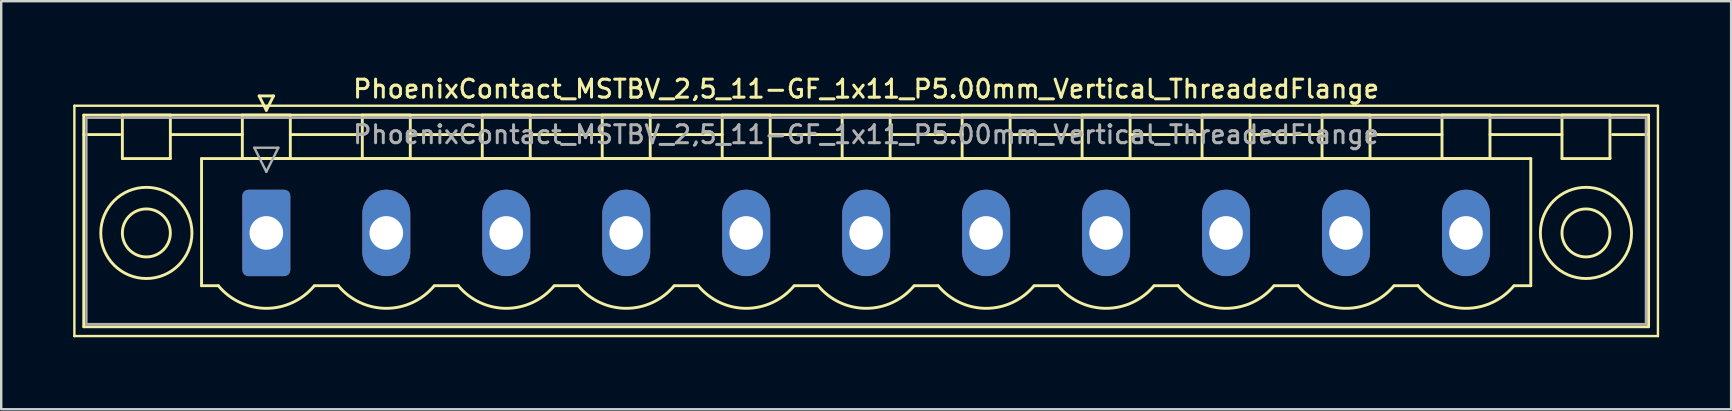
<source format=kicad_pcb>
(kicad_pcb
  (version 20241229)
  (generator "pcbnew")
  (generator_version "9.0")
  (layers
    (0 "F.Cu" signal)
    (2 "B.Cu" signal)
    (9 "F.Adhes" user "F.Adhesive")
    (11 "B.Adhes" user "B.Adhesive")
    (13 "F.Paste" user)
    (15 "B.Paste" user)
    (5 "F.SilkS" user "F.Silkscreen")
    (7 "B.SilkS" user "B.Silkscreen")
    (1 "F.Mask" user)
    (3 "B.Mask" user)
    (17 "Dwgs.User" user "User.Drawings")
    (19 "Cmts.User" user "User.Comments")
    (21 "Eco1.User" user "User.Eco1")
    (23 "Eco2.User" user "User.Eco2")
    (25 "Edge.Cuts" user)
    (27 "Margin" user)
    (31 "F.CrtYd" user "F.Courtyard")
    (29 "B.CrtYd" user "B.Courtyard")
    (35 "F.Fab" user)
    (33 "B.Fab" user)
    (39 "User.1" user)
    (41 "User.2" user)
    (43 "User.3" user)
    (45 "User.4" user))
  (footprint "PhoenixContact_MSTBV_2,5_11-GF_1x11_P5.00mm_Vertical_ThreadedFlange"
    (layer "F.Cu")
    (at 8.05 6.658)
    (property "Reference" "PhoenixContact_MSTBV_2,5_11-GF_1x11_P5.00mm_Vertical_ThreadedFlange" (at 25 -6 0) (layer "F.SilkS") (effects (font (size 0.75 0.75) (thickness 0.125))))
    (attr through_hole)
    (fp_line (start -8 -5.3) (end -8 4.3) (stroke (width 0.1) (type solid)) (layer "F.SilkS"))
    (fp_line (start -8 4.3) (end 58 4.3) (stroke (width 0.1) (type solid)) (layer "F.SilkS"))
    (fp_line (start -7.61 -4.91) (end -7.61 3.91) (stroke (width 0.12) (type solid)) (layer "F.SilkS"))
    (fp_line (start -7.61 -4.1) (end -6.11 -4.1) (stroke (width 0.12) (type solid)) (layer "F.SilkS"))
    (fp_line (start -7.61 3.91) (end 57.61 3.91) (stroke (width 0.12) (type solid)) (layer "F.SilkS"))
    (fp_line (start -6 -4.91) (end -4 -4.91) (stroke (width 0.12) (type solid)) (layer "F.SilkS"))
    (fp_line (start -6 -3.1) (end -6 -4.91) (stroke (width 0.12) (type solid)) (layer "F.SilkS"))
    (fp_line (start -4 -4.91) (end -4 -3.1) (stroke (width 0.12) (type solid)) (layer "F.SilkS"))
    (fp_line (start -4 -4.1) (end -1 -4.1) (stroke (width 0.12) (type solid)) (layer "F.SilkS"))
    (fp_line (start -4 -3.1) (end -6 -3.1) (stroke (width 0.12) (type solid)) (layer "F.SilkS"))
    (fp_line (start -2.7 -3.1) (end 52.7 -3.1) (stroke (width 0.12) (type solid)) (layer "F.SilkS"))
    (fp_line (start -2.7 2.2) (end -2.7 -3.1) (stroke (width 0.12) (type solid)) (layer "F.SilkS"))
    (fp_line (start -2 2.2) (end -2.7 2.2) (stroke (width 0.12) (type solid)) (layer "F.SilkS"))
    (fp_line (start -1 -4.91) (end 1 -4.91) (stroke (width 0.12) (type solid)) (layer "F.SilkS"))
    (fp_line (start -1 -3.1) (end -1 -4.91) (stroke (width 0.12) (type solid)) (layer "F.SilkS"))
    (fp_line (start -0.3 -5.71) (end 0.3 -5.71) (stroke (width 0.12) (type solid)) (layer "F.SilkS"))
    (fp_line (start 0 -5.11) (end -0.3 -5.71) (stroke (width 0.12) (type solid)) (layer "F.SilkS"))
    (fp_line (start 0.3 -5.71) (end 0 -5.11) (stroke (width 0.12) (type solid)) (layer "F.SilkS"))
    (fp_line (start 1 -4.91) (end 1 -3.1) (stroke (width 0.12) (type solid)) (layer "F.SilkS"))
    (fp_line (start 1 -4.1) (end 4 -4.1) (stroke (width 0.12) (type solid)) (layer "F.SilkS"))
    (fp_line (start 1 -3.1) (end -1 -3.1) (stroke (width 0.12) (type solid)) (layer "F.SilkS"))
    (fp_line (start 2 2.2) (end 3 2.2) (stroke (width 0.12) (type solid)) (layer "F.SilkS"))
    (fp_line (start 4 -4.91) (end 6 -4.91) (stroke (width 0.12) (type solid)) (layer "F.SilkS"))
    (fp_line (start 4 -3.1) (end 4 -4.91) (stroke (width 0.12) (type solid)) (layer "F.SilkS"))
    (fp_line (start 6 -4.91) (end 6 -3.1) (stroke (width 0.12) (type solid)) (layer "F.SilkS"))
    (fp_line (start 6 -4.1) (end 9 -4.1) (stroke (width 0.12) (type solid)) (layer "F.SilkS"))
    (fp_line (start 6 -3.1) (end 4 -3.1) (stroke (width 0.12) (type solid)) (layer "F.SilkS"))
    (fp_line (start 7 2.2) (end 8 2.2) (stroke (width 0.12) (type solid)) (layer "F.SilkS"))
    (fp_line (start 9 -4.91) (end 11 -4.91) (stroke (width 0.12) (type solid)) (layer "F.SilkS"))
    (fp_line (start 9 -3.1) (end 9 -4.91) (stroke (width 0.12) (type solid)) (layer "F.SilkS"))
    (fp_line (start 11 -4.91) (end 11 -3.1) (stroke (width 0.12) (type solid)) (layer "F.SilkS"))
    (fp_line (start 11 -4.1) (end 14 -4.1) (stroke (width 0.12) (type solid)) (layer "F.SilkS"))
    (fp_line (start 11 -3.1) (end 9 -3.1) (stroke (width 0.12) (type solid)) (layer "F.SilkS"))
    (fp_line (start 12 2.2) (end 13 2.2) (stroke (width 0.12) (type solid)) (layer "F.SilkS"))
    (fp_line (start 14 -4.91) (end 16 -4.91) (stroke (width 0.12) (type solid)) (layer "F.SilkS"))
    (fp_line (start 14 -3.1) (end 14 -4.91) (stroke (width 0.12) (type solid)) (layer "F.SilkS"))
    (fp_line (start 16 -4.91) (end 16 -3.1) (stroke (width 0.12) (type solid)) (layer "F.SilkS"))
    (fp_line (start 16 -4.1) (end 19 -4.1) (stroke (width 0.12) (type solid)) (layer "F.SilkS"))
    (fp_line (start 16 -3.1) (end 14 -3.1) (stroke (width 0.12) (type solid)) (layer "F.SilkS"))
    (fp_line (start 17 2.2) (end 18 2.2) (stroke (width 0.12) (type solid)) (layer "F.SilkS"))
    (fp_line (start 19 -4.91) (end 21 -4.91) (stroke (width 0.12) (type solid)) (layer "F.SilkS"))
    (fp_line (start 19 -3.1) (end 19 -4.91) (stroke (width 0.12) (type solid)) (layer "F.SilkS"))
    (fp_line (start 21 -4.91) (end 21 -3.1) (stroke (width 0.12) (type solid)) (layer "F.SilkS"))
    (fp_line (start 21 -4.1) (end 24 -4.1) (stroke (width 0.12) (type solid)) (layer "F.SilkS"))
    (fp_line (start 21 -3.1) (end 19 -3.1) (stroke (width 0.12) (type solid)) (layer "F.SilkS"))
    (fp_line (start 22 2.2) (end 23 2.2) (stroke (width 0.12) (type solid)) (layer "F.SilkS"))
    (fp_line (start 24 -4.91) (end 26 -4.91) (stroke (width 0.12) (type solid)) (layer "F.SilkS"))
    (fp_line (start 24 -3.1) (end 24 -4.91) (stroke (width 0.12) (type solid)) (layer "F.SilkS"))
    (fp_line (start 26 -4.91) (end 26 -3.1) (stroke (width 0.12) (type solid)) (layer "F.SilkS"))
    (fp_line (start 26 -4.1) (end 29 -4.1) (stroke (width 0.12) (type solid)) (layer "F.SilkS"))
    (fp_line (start 26 -3.1) (end 24 -3.1) (stroke (width 0.12) (type solid)) (layer "F.SilkS"))
    (fp_line (start 27 2.2) (end 28 2.2) (stroke (width 0.12) (type solid)) (layer "F.SilkS"))
    (fp_line (start 29 -4.91) (end 31 -4.91) (stroke (width 0.12) (type solid)) (layer "F.SilkS"))
    (fp_line (start 29 -3.1) (end 29 -4.91) (stroke (width 0.12) (type solid)) (layer "F.SilkS"))
    (fp_line (start 31 -4.91) (end 31 -3.1) (stroke (width 0.12) (type solid)) (layer "F.SilkS"))
    (fp_line (start 31 -4.1) (end 34 -4.1) (stroke (width 0.12) (type solid)) (layer "F.SilkS"))
    (fp_line (start 31 -3.1) (end 29 -3.1) (stroke (width 0.12) (type solid)) (layer "F.SilkS"))
    (fp_line (start 32 2.2) (end 33 2.2) (stroke (width 0.12) (type solid)) (layer "F.SilkS"))
    (fp_line (start 34 -4.91) (end 36 -4.91) (stroke (width 0.12) (type solid)) (layer "F.SilkS"))
    (fp_line (start 34 -3.1) (end 34 -4.91) (stroke (width 0.12) (type solid)) (layer "F.SilkS"))
    (fp_line (start 36 -4.91) (end 36 -3.1) (stroke (width 0.12) (type solid)) (layer "F.SilkS"))
    (fp_line (start 36 -4.1) (end 39 -4.1) (stroke (width 0.12) (type solid)) (layer "F.SilkS"))
    (fp_line (start 36 -3.1) (end 34 -3.1) (stroke (width 0.12) (type solid)) (layer "F.SilkS"))
    (fp_line (start 37 2.2) (end 38 2.2) (stroke (width 0.12) (type solid)) (layer "F.SilkS"))
    (fp_line (start 39 -4.91) (end 41 -4.91) (stroke (width 0.12) (type solid)) (layer "F.SilkS"))
    (fp_line (start 39 -3.1) (end 39 -4.91) (stroke (width 0.12) (type solid)) (layer "F.SilkS"))
    (fp_line (start 41 -4.91) (end 41 -3.1) (stroke (width 0.12) (type solid)) (layer "F.SilkS"))
    (fp_line (start 41 -4.1) (end 44 -4.1) (stroke (width 0.12) (type solid)) (layer "F.SilkS"))
    (fp_line (start 41 -3.1) (end 39 -3.1) (stroke (width 0.12) (type solid)) (layer "F.SilkS"))
    (fp_line (start 42 2.2) (end 43 2.2) (stroke (width 0.12) (type solid)) (layer "F.SilkS"))
    (fp_line (start 44 -4.91) (end 46 -4.91) (stroke (width 0.12) (type solid)) (layer "F.SilkS"))
    (fp_line (start 44 -3.1) (end 44 -4.91) (stroke (width 0.12) (type solid)) (layer "F.SilkS"))
    (fp_line (start 46 -4.91) (end 46 -3.1) (stroke (width 0.12) (type solid)) (layer "F.SilkS"))
    (fp_line (start 46 -4.1) (end 49 -4.1) (stroke (width 0.12) (type solid)) (layer "F.SilkS"))
    (fp_line (start 46 -3.1) (end 44 -3.1) (stroke (width 0.12) (type solid)) (layer "F.SilkS"))
    (fp_line (start 47 2.2) (end 48 2.2) (stroke (width 0.12) (type solid)) (layer "F.SilkS"))
    (fp_line (start 49 -4.91) (end 51 -4.91) (stroke (width 0.12) (type solid)) (layer "F.SilkS"))
    (fp_line (start 49 -3.1) (end 49 -4.91) (stroke (width 0.12) (type solid)) (layer "F.SilkS"))
    (fp_line (start 51 -4.91) (end 51 -3.1) (stroke (width 0.12) (type solid)) (layer "F.SilkS"))
    (fp_line (start 51 -4.1) (end 54 -4.1) (stroke (width 0.12) (type solid)) (layer "F.SilkS"))
    (fp_line (start 51 -3.1) (end 49 -3.1) (stroke (width 0.12) (type solid)) (layer "F.SilkS"))
    (fp_line (start 52.7 -3.1) (end 52.7 2.2) (stroke (width 0.12) (type solid)) (layer "F.SilkS"))
    (fp_line (start 52.7 2.2) (end 52 2.2) (stroke (width 0.12) (type solid)) (layer "F.SilkS"))
    (fp_line (start 54 -4.91) (end 56 -4.91) (stroke (width 0.12) (type solid)) (layer "F.SilkS"))
    (fp_line (start 54 -3.1) (end 54 -4.91) (stroke (width 0.12) (type solid)) (layer "F.SilkS"))
    (fp_line (start 56 -4.91) (end 56 -3.1) (stroke (width 0.12) (type solid)) (layer "F.SilkS"))
    (fp_line (start 56 -3.1) (end 54 -3.1) (stroke (width 0.12) (type solid)) (layer "F.SilkS"))
    (fp_line (start 57.61 -4.91) (end -7.61 -4.91) (stroke (width 0.12) (type solid)) (layer "F.SilkS"))
    (fp_line (start 57.61 -4.1) (end 56.11 -4.1) (stroke (width 0.12) (type solid)) (layer "F.SilkS"))
    (fp_line (start 57.61 3.91) (end 57.61 -4.91) (stroke (width 0.12) (type solid)) (layer "F.SilkS"))
    (fp_line (start 58 -5.3) (end -8 -5.3) (stroke (width 0.1) (type solid)) (layer "F.SilkS"))
    (fp_line (start 58 4.3) (end 58 -5.3) (stroke (width 0.1) (type solid)) (layer "F.SilkS"))
    (fp_arc (start 1.986842 2.215821) (mid -0.010289 3.142758) (end -2 2.2) (stroke (width 0.12) (type solid)) (layer "F.SilkS"))
    (fp_arc (start 6.986842 2.215821) (mid 4.989711 3.142758) (end 3 2.2) (stroke (width 0.12) (type solid)) (layer "F.SilkS"))
    (fp_arc (start 11.986842 2.215821) (mid 9.989711 3.142758) (end 8 2.2) (stroke (width 0.12) (type solid)) (layer "F.SilkS"))
    (fp_arc (start 16.986842 2.215821) (mid 14.989711 3.142758) (end 13 2.2) (stroke (width 0.12) (type solid)) (layer "F.SilkS"))
    (fp_arc (start 21.986842 2.215821) (mid 19.989711 3.142758) (end 18 2.2) (stroke (width 0.12) (type solid)) (layer "F.SilkS"))
    (fp_arc (start 26.986842 2.215821) (mid 24.989711 3.142758) (end 23 2.2) (stroke (width 0.12) (type solid)) (layer "F.SilkS"))
    (fp_arc (start 31.986842 2.215821) (mid 29.989711 3.142758) (end 28 2.2) (stroke (width 0.12) (type solid)) (layer "F.SilkS"))
    (fp_arc (start 36.986842 2.215821) (mid 34.989711 3.142758) (end 33 2.2) (stroke (width 0.12) (type solid)) (layer "F.SilkS"))
    (fp_arc (start 41.986842 2.215821) (mid 39.989711 3.142758) (end 38 2.2) (stroke (width 0.12) (type solid)) (layer "F.SilkS"))
    (fp_arc (start 46.986842 2.215821) (mid 44.989711 3.142758) (end 43 2.2) (stroke (width 0.12) (type solid)) (layer "F.SilkS"))
    (fp_arc (start 51.986842 2.215821) (mid 49.989711 3.142758) (end 48 2.2) (stroke (width 0.12) (type solid)) (layer "F.SilkS"))
    (fp_circle (center -5 0) (end -4 0) (stroke (width 0.12) (type solid)) (fill no) (layer "F.SilkS"))
    (fp_circle (center -5 0) (end -3.1 0) (stroke (width 0.12) (type solid)) (fill no) (layer "F.SilkS"))
    (fp_circle (center 55 0) (end 56 0) (stroke (width 0.12) (type solid)) (fill no) (layer "F.SilkS"))
    (fp_circle (center 55 0) (end 56.9 0) (stroke (width 0.12) (type solid)) (fill no) (layer "F.SilkS"))
    (fp_line (start -7.5 -4.8) (end -7.5 3.8) (stroke (width 0.1) (type solid)) (layer "F.Fab"))
    (fp_line (start -7.5 3.8) (end 57.5 3.8) (stroke (width 0.1) (type solid)) (layer "F.Fab"))
    (fp_line (start -0.5 -3.55) (end 0.5 -3.55) (stroke (width 0.1) (type solid)) (layer "F.Fab"))
    (fp_line (start 0 -2.55) (end -0.5 -3.55) (stroke (width 0.1) (type solid)) (layer "F.Fab"))
    (fp_line (start 0.5 -3.55) (end 0 -2.55) (stroke (width 0.1) (type solid)) (layer "F.Fab"))
    (fp_line (start 57.5 -4.8) (end -7.5 -4.8) (stroke (width 0.1) (type solid)) (layer "F.Fab"))
    (fp_line (start 57.5 3.8) (end 57.5 -4.8) (stroke (width 0.1) (type solid)) (layer "F.Fab"))
    (fp_text user "${REFERENCE}" (at 25 -4.1 0) (layer "F.Fab") (effects (font (size 0.75 0.75) (thickness 0.125))))
    (pad "1" thru_hole roundrect (at 0 0) (size 2 3.6) (drill 1.4) (layers "*.Cu" "*.Mask") (roundrect_rratio 0.125))
    (pad "2" thru_hole oval (at 5 0) (size 2 3.6) (drill 1.4) (layers "*.Cu" "*.Mask"))
    (pad "3" thru_hole oval (at 10 0) (size 2 3.6) (drill 1.4) (layers "*.Cu" "*.Mask"))
    (pad "4" thru_hole oval (at 15 0) (size 2 3.6) (drill 1.4) (layers "*.Cu" "*.Mask"))
    (pad "5" thru_hole oval (at 20 0) (size 2 3.6) (drill 1.4) (layers "*.Cu" "*.Mask"))
    (pad "6" thru_hole oval (at 25 0) (size 2 3.6) (drill 1.4) (layers "*.Cu" "*.Mask"))
    (pad "7" thru_hole oval (at 30 0) (size 2 3.6) (drill 1.4) (layers "*.Cu" "*.Mask"))
    (pad "8" thru_hole oval (at 35 0) (size 2 3.6) (drill 1.4) (layers "*.Cu" "*.Mask"))
    (pad "9" thru_hole oval (at 40 0) (size 2 3.6) (drill 1.4) (layers "*.Cu" "*.Mask"))
    (pad "10" thru_hole oval (at 45 0) (size 2 3.6) (drill 1.4) (layers "*.Cu" "*.Mask"))
    (pad "11" thru_hole oval (at 50 0) (size 2 3.6) (drill 1.4) (layers "*.Cu" "*.Mask")))
  (gr_rect
    (start -3 -3)
    (end 69.1 14.008)
    (stroke (width 0.1) (type default))
    (fill no)
    (layer "Edge.Cuts")))
</source>
